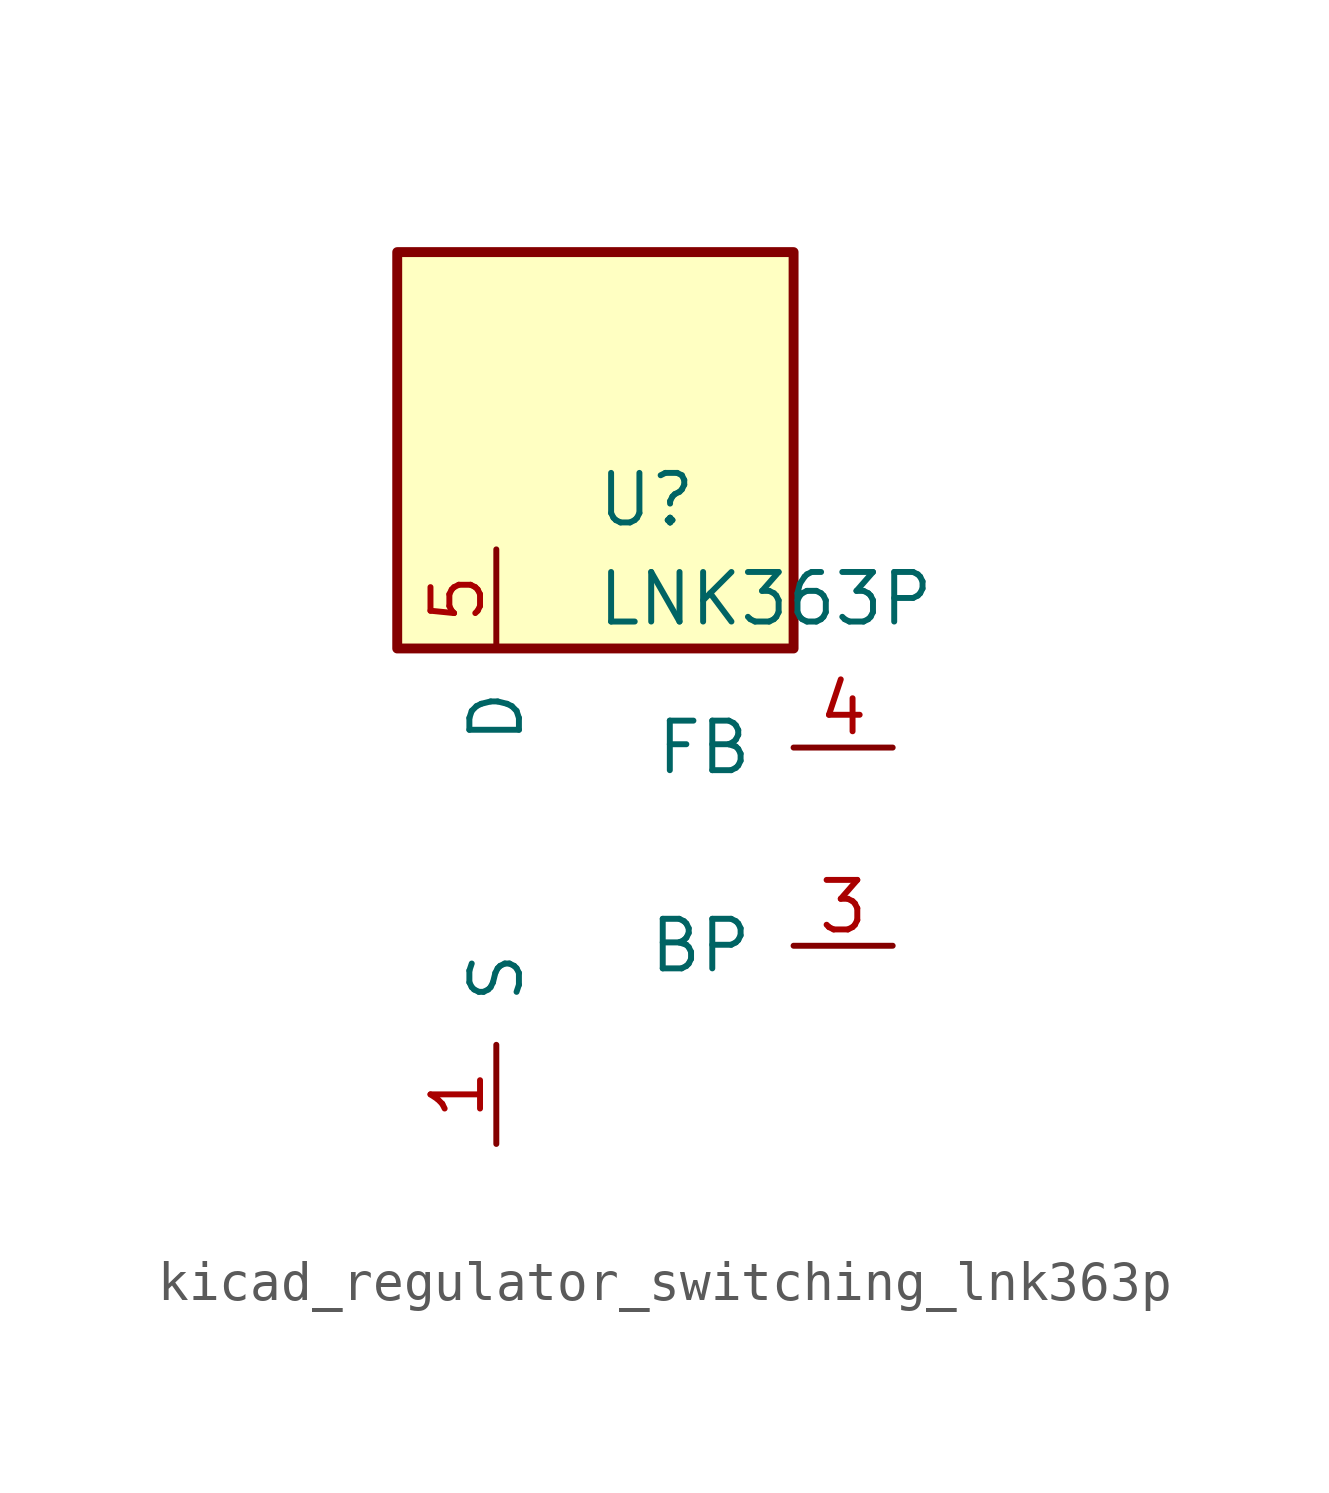
<source format=kicad_sym>
(kicad_symbol_lib
  (version 20220914)
  (generator kicad_symbol_editor)
  (symbol "kicad_regulator_switching_lnk363p"
    (pin_names
      (offset 1.016))
    (property "Reference" "U"
      (at 0 8.89 0)
      (effects (font (size 1.27 1.27)) (justify left)))
    (property "Value" "LNK363P"
      (at 0 6.35 0)
      (effects (font (size 1.27 1.27)) (justify left)))
    (symbol "kicad_regulator_switching_lnk363p_0_1"
      (rectangle (start 5.08 15.24) (end -5.08 5.08) (stroke (width 0.254) (type default)) (fill (type background))))
    (symbol "kicad_regulator_switching_lnk363p_1_1"
      (pin power_in line (at -2.54 -7.62 90) (length 2.54) (name "S" (effects (font (size 1.27 1.27)))) (number "1" (effects (font (size 1.27 1.27)))))
      (pin passive line (at -2.54 -7.62 90) (length 2.54) hide (name "S" (effects (font (size 1.27 1.27)))) (number "2" (effects (font (size 1.27 1.27)))))
      (pin input line (at 7.62 -2.54 180) (length 2.54) (name "BP" (effects (font (size 1.27 1.27)))) (number "3" (effects (font (size 1.27 1.27)))))
      (pin input line (at 7.62 2.54 180) (length 2.54) (name "FB" (effects (font (size 1.27 1.27)))) (number "4" (effects (font (size 1.27 1.27)))))
      (pin open_collector line (at -2.54 7.62 270) (length 2.54) (name "D" (effects (font (size 1.27 1.27)))) (number "5" (effects (font (size 1.27 1.27)))))
      (pin passive line (at -2.54 -7.62 90) (length 2.54) hide (name "S" (effects (font (size 1.27 1.27)))) (number "7" (effects (font (size 1.27 1.27)))))
      (pin passive line (at -2.54 -7.62 90) (length 2.54) hide (name "S" (effects (font (size 1.27 1.27)))) (number "8" (effects (font (size 1.27 1.27))))))))
</source>
